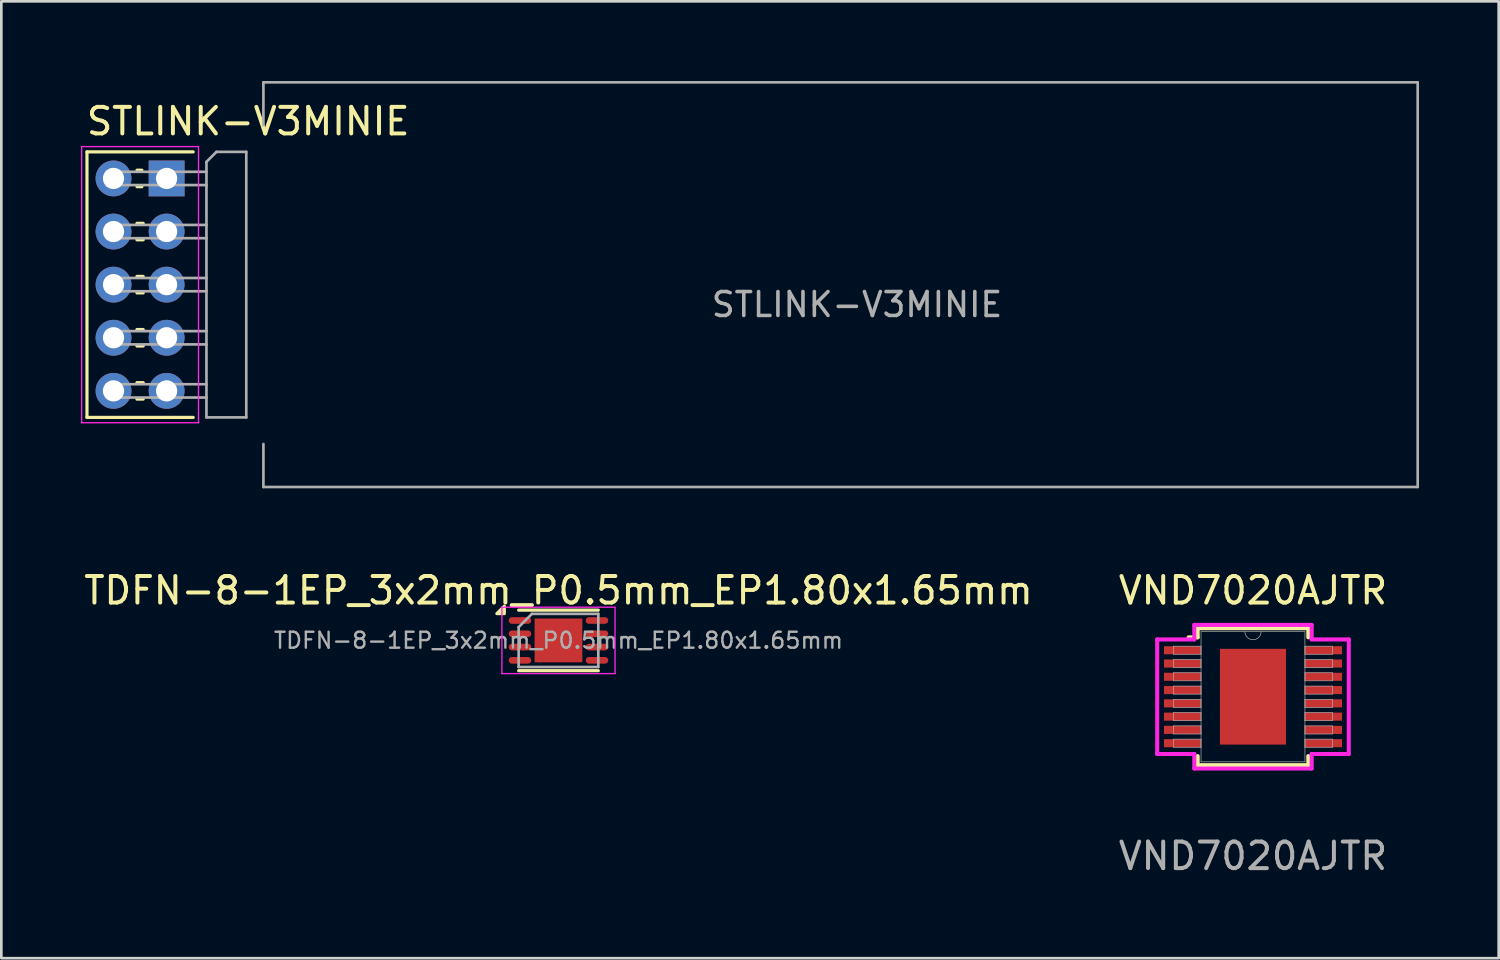
<source format=kicad_pcb>
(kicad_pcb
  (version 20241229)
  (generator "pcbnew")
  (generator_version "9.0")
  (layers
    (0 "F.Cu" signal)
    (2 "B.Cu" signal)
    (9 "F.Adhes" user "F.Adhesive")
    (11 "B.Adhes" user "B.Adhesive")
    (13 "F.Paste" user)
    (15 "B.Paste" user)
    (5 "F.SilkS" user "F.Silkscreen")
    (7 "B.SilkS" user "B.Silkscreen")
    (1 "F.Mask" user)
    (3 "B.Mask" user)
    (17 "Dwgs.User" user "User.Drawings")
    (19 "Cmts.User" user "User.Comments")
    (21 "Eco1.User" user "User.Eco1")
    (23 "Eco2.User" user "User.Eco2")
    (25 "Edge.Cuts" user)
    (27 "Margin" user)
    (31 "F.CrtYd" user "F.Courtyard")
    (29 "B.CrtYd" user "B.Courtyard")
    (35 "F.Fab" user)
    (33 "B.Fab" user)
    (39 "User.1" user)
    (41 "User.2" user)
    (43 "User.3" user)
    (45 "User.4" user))
  (footprint "TDFN-8-1EP_3x2mm_P0.5mm_EP1.80x1.65mm"
    (layer "F.Cu")
    (at 17.982 21.068)
    (property "Reference" "TDFN-8-1EP_3x2mm_P0.5mm_EP1.80x1.65mm" (at 0 -1.88 0) (layer "F.SilkS") (effects (font (size 1 1) (thickness 0.15))))
    (attr smd)
    (fp_line (start -1.5 -1.14) (end 1.5 -1.14) (stroke (width 0.12) (type solid)) (layer "F.SilkS"))
    (fp_line (start -1.5 1.14) (end 1.5 1.14) (stroke (width 0.12) (type solid)) (layer "F.SilkS"))
    (fp_poly (pts (xy -2.04 -1.01) (xy -2.32 -1.01) (xy -2.04 -1.29) (xy -2.04 -1.01)) (stroke (width 0.12) (type solid)) (fill yes) (layer "F.SilkS"))
    (fp_line (start -2.13 -1.25) (end -2.13 1.25) (stroke (width 0.05) (type solid)) (layer "F.CrtYd"))
    (fp_line (start -2.13 1.25) (end 2.13 1.25) (stroke (width 0.05) (type solid)) (layer "F.CrtYd"))
    (fp_line (start 2.13 -1.25) (end -2.13 -1.25) (stroke (width 0.05) (type solid)) (layer "F.CrtYd"))
    (fp_line (start 2.13 1.25) (end 2.13 -1.25) (stroke (width 0.05) (type solid)) (layer "F.CrtYd"))
    (fp_line (start -1.5 -0.5) (end -1.5 1) (stroke (width 0.1) (type solid)) (layer "F.Fab"))
    (fp_line (start -1.5 1) (end 1.5 1) (stroke (width 0.1) (type solid)) (layer "F.Fab"))
    (fp_line (start -1 -1) (end -1.5 -0.5) (stroke (width 0.1) (type solid)) (layer "F.Fab"))
    (fp_line (start 1.5 -1) (end -1 -1) (stroke (width 0.1) (type solid)) (layer "F.Fab"))
    (fp_line (start 1.5 1) (end 1.5 -1) (stroke (width 0.1) (type solid)) (layer "F.Fab"))
    (fp_text user "${REFERENCE}" (at 0 0 0) (layer "F.Fab") (effects (font (size 0.6 0.6) (thickness 0.09))))
    (pad "" smd rect (at 0 -0.5) (size 0.7 0.65) (layers "F.Paste"))
    (pad "" smd rect (at 0 0) (size 1.8 0.7) (layers "F.Paste"))
    (pad "" smd rect (at 0 0.5) (size 0.7 0.65) (layers "F.Paste"))
    (pad "1" smd oval (at -1.45 -0.75) (size 0.85 0.25) (layers "F.Cu" "F.Mask" "F.Paste"))
    (pad "2" smd oval (at -1.45 -0.25) (size 0.85 0.25) (layers "F.Cu" "F.Mask" "F.Paste"))
    (pad "3" smd oval (at -1.45 0.25) (size 0.85 0.25) (layers "F.Cu" "F.Mask" "F.Paste"))
    (pad "4" smd oval (at -1.45 0.75) (size 0.85 0.25) (layers "F.Cu" "F.Mask" "F.Paste"))
    (pad "5" smd oval (at 1.45 0.75) (size 0.85 0.25) (layers "F.Cu" "F.Mask" "F.Paste"))
    (pad "6" smd oval (at 1.45 0.25) (size 0.85 0.25) (layers "F.Cu" "F.Mask" "F.Paste"))
    (pad "7" smd oval (at 1.45 -0.25) (size 0.85 0.25) (layers "F.Cu" "F.Mask" "F.Paste"))
    (pad "8" smd oval (at 1.45 -0.75) (size 0.85 0.25) (layers "F.Cu" "F.Mask" "F.Paste"))
    (pad "9" smd rect (at 0 0) (size 1.8 1.65) (layers "F.Cu" "F.Mask")))
  (footprint "VND7020AJTR"
    (layer "F.Cu")
    (at 44.137 23.188)
    (property "Reference" "VND7020AJTR" (at 0 -4 0) (unlocked yes) (layer "F.SilkS") (effects (font (size 1 1) (thickness 0.15))))
    (attr smd)
    (fp_line (start -2.425 -2.236) (end -2.083 -2.236) (stroke (width 0.152) (type solid)) (layer "F.SilkS"))
    (fp_line (start -2.083 -2.578) (end -2.083 -2.236) (stroke (width 0.152) (type solid)) (layer "F.SilkS"))
    (fp_line (start -2.083 2.236) (end -2.083 2.578) (stroke (width 0.152) (type solid)) (layer "F.SilkS"))
    (fp_line (start -2.083 2.578) (end 2.083 2.578) (stroke (width 0.152) (type solid)) (layer "F.SilkS"))
    (fp_line (start 2.083 -2.578) (end -2.083 -2.578) (stroke (width 0.152) (type solid)) (layer "F.SilkS"))
    (fp_line (start 2.083 -2.236) (end 2.083 -2.578) (stroke (width 0.152) (type solid)) (layer "F.SilkS"))
    (fp_line (start 2.083 2.578) (end 2.083 2.236) (stroke (width 0.152) (type solid)) (layer "F.SilkS"))
    (fp_poly (pts (xy -1.145 -1.703) (xy -1.145 -0.1) (xy 1.145 -0.1) (xy 1.145 -1.703)) (stroke (width 0) (type solid)) (fill yes) (layer "F.Paste"))
    (fp_poly (pts (xy -1.145 0.1) (xy -1.145 1.703) (xy 1.145 1.703) (xy 1.145 0.1)) (stroke (width 0) (type solid)) (fill yes) (layer "F.Paste"))
    (fp_line (start -3.607 -2.157) (end -2.21 -2.157) (stroke (width 0.152) (type solid)) (layer "F.CrtYd"))
    (fp_line (start -3.607 2.157) (end -3.607 -2.157) (stroke (width 0.152) (type solid)) (layer "F.CrtYd"))
    (fp_line (start -3.607 2.157) (end -2.21 2.157) (stroke (width 0.152) (type solid)) (layer "F.CrtYd"))
    (fp_line (start -2.21 -2.705) (end 2.21 -2.705) (stroke (width 0.152) (type solid)) (layer "F.CrtYd"))
    (fp_line (start -2.21 -2.157) (end -2.21 -2.705) (stroke (width 0.152) (type solid)) (layer "F.CrtYd"))
    (fp_line (start -2.21 2.705) (end -2.21 2.157) (stroke (width 0.152) (type solid)) (layer "F.CrtYd"))
    (fp_line (start 2.21 -2.705) (end 2.21 -2.157) (stroke (width 0.152) (type solid)) (layer "F.CrtYd"))
    (fp_line (start 2.21 2.157) (end 2.21 2.705) (stroke (width 0.152) (type solid)) (layer "F.CrtYd"))
    (fp_line (start 2.21 2.705) (end -2.21 2.705) (stroke (width 0.152) (type solid)) (layer "F.CrtYd"))
    (fp_line (start 3.607 -2.157) (end 2.21 -2.157) (stroke (width 0.152) (type solid)) (layer "F.CrtYd"))
    (fp_line (start 3.607 -2.157) (end 3.607 2.157) (stroke (width 0.152) (type solid)) (layer "F.CrtYd"))
    (fp_line (start 3.607 2.157) (end 2.21 2.157) (stroke (width 0.152) (type solid)) (layer "F.CrtYd"))
    (fp_line (start -2.997 -1.903) (end -2.997 -1.598) (stroke (width 0.025) (type solid)) (layer "F.Fab"))
    (fp_line (start -2.997 -1.598) (end -1.956 -1.598) (stroke (width 0.025) (type solid)) (layer "F.Fab"))
    (fp_line (start -2.997 -1.403) (end -2.997 -1.098) (stroke (width 0.025) (type solid)) (layer "F.Fab"))
    (fp_line (start -2.997 -1.098) (end -1.956 -1.098) (stroke (width 0.025) (type solid)) (layer "F.Fab"))
    (fp_line (start -2.997 -0.903) (end -2.997 -0.598) (stroke (width 0.025) (type solid)) (layer "F.Fab"))
    (fp_line (start -2.997 -0.598) (end -1.956 -0.598) (stroke (width 0.025) (type solid)) (layer "F.Fab"))
    (fp_line (start -2.997 -0.402) (end -2.997 -0.098) (stroke (width 0.025) (type solid)) (layer "F.Fab"))
    (fp_line (start -2.997 -0.098) (end -1.956 -0.098) (stroke (width 0.025) (type solid)) (layer "F.Fab"))
    (fp_line (start -2.997 0.098) (end -2.997 0.402) (stroke (width 0.025) (type solid)) (layer "F.Fab"))
    (fp_line (start -2.997 0.402) (end -1.956 0.402) (stroke (width 0.025) (type solid)) (layer "F.Fab"))
    (fp_line (start -2.997 0.598) (end -2.997 0.903) (stroke (width 0.025) (type solid)) (layer "F.Fab"))
    (fp_line (start -2.997 0.903) (end -1.956 0.903) (stroke (width 0.025) (type solid)) (layer "F.Fab"))
    (fp_line (start -2.997 1.098) (end -2.997 1.403) (stroke (width 0.025) (type solid)) (layer "F.Fab"))
    (fp_line (start -2.997 1.403) (end -1.956 1.403) (stroke (width 0.025) (type solid)) (layer "F.Fab"))
    (fp_line (start -2.997 1.598) (end -2.997 1.903) (stroke (width 0.025) (type solid)) (layer "F.Fab"))
    (fp_line (start -2.997 1.903) (end -1.956 1.903) (stroke (width 0.025) (type solid)) (layer "F.Fab"))
    (fp_line (start -1.956 -2.451) (end -1.956 2.451) (stroke (width 0.025) (type solid)) (layer "F.Fab"))
    (fp_line (start -1.956 -1.903) (end -2.997 -1.903) (stroke (width 0.025) (type solid)) (layer "F.Fab"))
    (fp_line (start -1.956 -1.598) (end -1.956 -1.903) (stroke (width 0.025) (type solid)) (layer "F.Fab"))
    (fp_line (start -1.956 -1.403) (end -2.997 -1.403) (stroke (width 0.025) (type solid)) (layer "F.Fab"))
    (fp_line (start -1.956 -1.098) (end -1.956 -1.403) (stroke (width 0.025) (type solid)) (layer "F.Fab"))
    (fp_line (start -1.956 -0.903) (end -2.997 -0.903) (stroke (width 0.025) (type solid)) (layer "F.Fab"))
    (fp_line (start -1.956 -0.598) (end -1.956 -0.903) (stroke (width 0.025) (type solid)) (layer "F.Fab"))
    (fp_line (start -1.956 -0.402) (end -2.997 -0.402) (stroke (width 0.025) (type solid)) (layer "F.Fab"))
    (fp_line (start -1.956 -0.098) (end -1.956 -0.402) (stroke (width 0.025) (type solid)) (layer "F.Fab"))
    (fp_line (start -1.956 0.098) (end -2.997 0.098) (stroke (width 0.025) (type solid)) (layer "F.Fab"))
    (fp_line (start -1.956 0.402) (end -1.956 0.098) (stroke (width 0.025) (type solid)) (layer "F.Fab"))
    (fp_line (start -1.956 0.598) (end -2.997 0.598) (stroke (width 0.025) (type solid)) (layer "F.Fab"))
    (fp_line (start -1.956 0.903) (end -1.956 0.598) (stroke (width 0.025) (type solid)) (layer "F.Fab"))
    (fp_line (start -1.956 1.098) (end -2.997 1.098) (stroke (width 0.025) (type solid)) (layer "F.Fab"))
    (fp_line (start -1.956 1.403) (end -1.956 1.098) (stroke (width 0.025) (type solid)) (layer "F.Fab"))
    (fp_line (start -1.956 1.598) (end -2.997 1.598) (stroke (width 0.025) (type solid)) (layer "F.Fab"))
    (fp_line (start -1.956 1.903) (end -1.956 1.598) (stroke (width 0.025) (type solid)) (layer "F.Fab"))
    (fp_line (start -1.956 2.451) (end 1.956 2.451) (stroke (width 0.025) (type solid)) (layer "F.Fab"))
    (fp_line (start 1.956 -2.451) (end -1.956 -2.451) (stroke (width 0.025) (type solid)) (layer "F.Fab"))
    (fp_line (start 1.956 -1.903) (end 1.956 -1.598) (stroke (width 0.025) (type solid)) (layer "F.Fab"))
    (fp_line (start 1.956 -1.598) (end 2.997 -1.598) (stroke (width 0.025) (type solid)) (layer "F.Fab"))
    (fp_line (start 1.956 -1.403) (end 1.956 -1.098) (stroke (width 0.025) (type solid)) (layer "F.Fab"))
    (fp_line (start 1.956 -1.098) (end 2.997 -1.098) (stroke (width 0.025) (type solid)) (layer "F.Fab"))
    (fp_line (start 1.956 -0.903) (end 1.956 -0.598) (stroke (width 0.025) (type solid)) (layer "F.Fab"))
    (fp_line (start 1.956 -0.598) (end 2.997 -0.598) (stroke (width 0.025) (type solid)) (layer "F.Fab"))
    (fp_line (start 1.956 -0.402) (end 1.956 -0.098) (stroke (width 0.025) (type solid)) (layer "F.Fab"))
    (fp_line (start 1.956 -0.098) (end 2.997 -0.098) (stroke (width 0.025) (type solid)) (layer "F.Fab"))
    (fp_line (start 1.956 0.098) (end 1.956 0.402) (stroke (width 0.025) (type solid)) (layer "F.Fab"))
    (fp_line (start 1.956 0.402) (end 2.997 0.402) (stroke (width 0.025) (type solid)) (layer "F.Fab"))
    (fp_line (start 1.956 0.598) (end 1.956 0.903) (stroke (width 0.025) (type solid)) (layer "F.Fab"))
    (fp_line (start 1.956 0.903) (end 2.997 0.903) (stroke (width 0.025) (type solid)) (layer "F.Fab"))
    (fp_line (start 1.956 1.098) (end 1.956 1.403) (stroke (width 0.025) (type solid)) (layer "F.Fab"))
    (fp_line (start 1.956 1.403) (end 2.997 1.403) (stroke (width 0.025) (type solid)) (layer "F.Fab"))
    (fp_line (start 1.956 1.598) (end 1.956 1.903) (stroke (width 0.025) (type solid)) (layer "F.Fab"))
    (fp_line (start 1.956 1.903) (end 2.997 1.903) (stroke (width 0.025) (type solid)) (layer "F.Fab"))
    (fp_line (start 1.956 2.451) (end 1.956 -2.451) (stroke (width 0.025) (type solid)) (layer "F.Fab"))
    (fp_line (start 2.997 -1.903) (end 1.956 -1.903) (stroke (width 0.025) (type solid)) (layer "F.Fab"))
    (fp_line (start 2.997 -1.598) (end 2.997 -1.903) (stroke (width 0.025) (type solid)) (layer "F.Fab"))
    (fp_line (start 2.997 -1.403) (end 1.956 -1.403) (stroke (width 0.025) (type solid)) (layer "F.Fab"))
    (fp_line (start 2.997 -1.098) (end 2.997 -1.403) (stroke (width 0.025) (type solid)) (layer "F.Fab"))
    (fp_line (start 2.997 -0.903) (end 1.956 -0.903) (stroke (width 0.025) (type solid)) (layer "F.Fab"))
    (fp_line (start 2.997 -0.598) (end 2.997 -0.903) (stroke (width 0.025) (type solid)) (layer "F.Fab"))
    (fp_line (start 2.997 -0.402) (end 1.956 -0.402) (stroke (width 0.025) (type solid)) (layer "F.Fab"))
    (fp_line (start 2.997 -0.098) (end 2.997 -0.402) (stroke (width 0.025) (type solid)) (layer "F.Fab"))
    (fp_line (start 2.997 0.098) (end 1.956 0.098) (stroke (width 0.025) (type solid)) (layer "F.Fab"))
    (fp_line (start 2.997 0.402) (end 2.997 0.098) (stroke (width 0.025) (type solid)) (layer "F.Fab"))
    (fp_line (start 2.997 0.598) (end 1.956 0.598) (stroke (width 0.025) (type solid)) (layer "F.Fab"))
    (fp_line (start 2.997 0.903) (end 2.997 0.598) (stroke (width 0.025) (type solid)) (layer "F.Fab"))
    (fp_line (start 2.997 1.098) (end 1.956 1.098) (stroke (width 0.025) (type solid)) (layer "F.Fab"))
    (fp_line (start 2.997 1.403) (end 2.997 1.098) (stroke (width 0.025) (type solid)) (layer "F.Fab"))
    (fp_line (start 2.997 1.598) (end 1.956 1.598) (stroke (width 0.025) (type solid)) (layer "F.Fab"))
    (fp_line (start 2.997 1.903) (end 2.997 1.598) (stroke (width 0.025) (type solid)) (layer "F.Fab"))
    (fp_arc (start 0.3048 -2.4511) (mid 0 -2.1463) (end -0.3048 -2.4511) (stroke (width 0.0254) (type solid)) (layer "F.Fab"))
    (fp_text user "${REFERENCE}" (at 0 6 0) (unlocked yes) (layer "F.Fab") (effects (font (size 1 1) (thickness 0.15))))
    (pad "1" smd rect (at -2.654 -1.75) (size 1.397 0.305) (layers "F.Cu" "F.Mask" "F.Paste"))
    (pad "2" smd rect (at -2.654 -1.25) (size 1.397 0.305) (layers "F.Cu" "F.Mask" "F.Paste"))
    (pad "3" smd rect (at -2.654 -0.75) (size 1.397 0.305) (layers "F.Cu" "F.Mask" "F.Paste"))
    (pad "4" smd rect (at -2.654 -0.25) (size 1.397 0.305) (layers "F.Cu" "F.Mask" "F.Paste"))
    (pad "5" smd rect (at -2.654 0.25) (size 1.397 0.305) (layers "F.Cu" "F.Mask" "F.Paste"))
    (pad "6" smd rect (at -2.654 0.75) (size 1.397 0.305) (layers "F.Cu" "F.Mask" "F.Paste"))
    (pad "7" smd rect (at -2.654 1.25) (size 1.397 0.305) (layers "F.Cu" "F.Mask" "F.Paste"))
    (pad "8" smd rect (at -2.654 1.75) (size 1.397 0.305) (layers "F.Cu" "F.Mask" "F.Paste"))
    (pad "9" smd rect (at 2.654 1.75) (size 1.397 0.305) (layers "F.Cu" "F.Mask" "F.Paste"))
    (pad "10" smd rect (at 2.654 1.25) (size 1.397 0.305) (layers "F.Cu" "F.Mask" "F.Paste"))
    (pad "11" smd rect (at 2.654 0.75) (size 1.397 0.305) (layers "F.Cu" "F.Mask" "F.Paste"))
    (pad "12" smd rect (at 2.654 0.25) (size 1.397 0.305) (layers "F.Cu" "F.Mask" "F.Paste"))
    (pad "13" smd rect (at 2.654 -0.25) (size 1.397 0.305) (layers "F.Cu" "F.Mask" "F.Paste"))
    (pad "14" smd rect (at 2.654 -0.75) (size 1.397 0.305) (layers "F.Cu" "F.Mask" "F.Paste"))
    (pad "15" smd rect (at 2.654 -1.25) (size 1.397 0.305) (layers "F.Cu" "F.Mask" "F.Paste"))
    (pad "16" smd rect (at 2.654 -1.75) (size 1.397 0.305) (layers "F.Cu" "F.Mask" "F.Paste"))
    (pad "EPAD" smd rect (at 0 0) (size 2.489 3.607) (layers "F.Cu" "F.Mask")))
  (footprint "STLINK-V3MINIE"
    (layer "F.Cu")
    (at 1.225 3.67)
    (property "Reference" "STLINK-V3MINIE" (at -1.1 -2.15 0) (layer "F.SilkS") (effects (font (size 1 1) (thickness 0.15)) (justify left)))
    (attr through_hole)
    (fp_line (start -1 -1) (end 3 -1) (stroke (width 0.12) (type solid)) (layer "F.SilkS"))
    (fp_line (start -1 9) (end -1 -1) (stroke (width 0.12) (type solid)) (layer "F.SilkS"))
    (fp_line (start -1 9) (end 3 9) (stroke (width 0.12) (type solid)) (layer "F.SilkS"))
    (fp_line (start 0.882 1.69) (end 1.118 1.69) (stroke (width 0.12) (type solid)) (layer "F.SilkS"))
    (fp_line (start 0.882 2.31) (end 1.118 2.31) (stroke (width 0.12) (type solid)) (layer "F.SilkS"))
    (fp_line (start 0.882 3.69) (end 1.118 3.69) (stroke (width 0.12) (type solid)) (layer "F.SilkS"))
    (fp_line (start 0.882 4.31) (end 1.118 4.31) (stroke (width 0.12) (type solid)) (layer "F.SilkS"))
    (fp_line (start 0.882 5.69) (end 1.118 5.69) (stroke (width 0.12) (type solid)) (layer "F.SilkS"))
    (fp_line (start 0.882 6.31) (end 1.118 6.31) (stroke (width 0.12) (type solid)) (layer "F.SilkS"))
    (fp_line (start 0.882 7.69) (end 1.118 7.69) (stroke (width 0.12) (type solid)) (layer "F.SilkS"))
    (fp_line (start 0.882 8.31) (end 1.118 8.31) (stroke (width 0.12) (type solid)) (layer "F.SilkS"))
    (fp_line (start 0.885 -0.31) (end 1.068 -0.31) (stroke (width 0.12) (type solid)) (layer "F.SilkS"))
    (fp_line (start 0.885 0.31) (end 1.068 0.31) (stroke (width 0.12) (type solid)) (layer "F.SilkS"))
    (fp_line (start -1.2 -1.2) (end -1.2 9.2) (stroke (width 0.05) (type solid)) (layer "F.CrtYd"))
    (fp_line (start -1.2 9.2) (end 3.2 9.2) (stroke (width 0.05) (type solid)) (layer "F.CrtYd"))
    (fp_line (start 3.2 -1.2) (end -1.2 -1.2) (stroke (width 0.05) (type solid)) (layer "F.CrtYd"))
    (fp_line (start 3.2 -1.2) (end 3.2 9.2) (stroke (width 0.05) (type solid)) (layer "F.CrtYd"))
    (fp_line (start -0.25 -0.25) (end -0.25 0.25) (stroke (width 0.1) (type solid)) (layer "F.Fab"))
    (fp_line (start -0.25 -0.25) (end 3.5 -0.25) (stroke (width 0.1) (type solid)) (layer "F.Fab"))
    (fp_line (start -0.25 0.25) (end 3.5 0.25) (stroke (width 0.1) (type solid)) (layer "F.Fab"))
    (fp_line (start -0.25 1.75) (end -0.25 2.25) (stroke (width 0.1) (type solid)) (layer "F.Fab"))
    (fp_line (start -0.25 1.75) (end 3.5 1.75) (stroke (width 0.1) (type solid)) (layer "F.Fab"))
    (fp_line (start -0.25 2.25) (end 3.5 2.25) (stroke (width 0.1) (type solid)) (layer "F.Fab"))
    (fp_line (start -0.25 3.75) (end -0.25 4.25) (stroke (width 0.1) (type solid)) (layer "F.Fab"))
    (fp_line (start -0.25 3.75) (end 3.5 3.75) (stroke (width 0.1) (type solid)) (layer "F.Fab"))
    (fp_line (start -0.25 4.25) (end 3.5 4.25) (stroke (width 0.1) (type solid)) (layer "F.Fab"))
    (fp_line (start -0.25 5.75) (end -0.25 6.25) (stroke (width 0.1) (type solid)) (layer "F.Fab"))
    (fp_line (start -0.25 5.75) (end 3.5 5.75) (stroke (width 0.1) (type solid)) (layer "F.Fab"))
    (fp_line (start -0.25 6.25) (end 3.5 6.25) (stroke (width 0.1) (type solid)) (layer "F.Fab"))
    (fp_line (start -0.25 7.75) (end -0.25 8.25) (stroke (width 0.1) (type solid)) (layer "F.Fab"))
    (fp_line (start -0.25 7.75) (end 3.5 7.75) (stroke (width 0.1) (type solid)) (layer "F.Fab"))
    (fp_line (start -0.25 8.25) (end 3.5 8.25) (stroke (width 0.1) (type solid)) (layer "F.Fab"))
    (fp_line (start 3.5 -0.625) (end 3.875 -1) (stroke (width 0.1) (type solid)) (layer "F.Fab"))
    (fp_line (start 3.5 9) (end 3.5 -0.625) (stroke (width 0.1) (type solid)) (layer "F.Fab"))
    (fp_line (start 3.875 -1) (end 5 -1) (stroke (width 0.1) (type solid)) (layer "F.Fab"))
    (fp_line (start 5 -1) (end 5 9) (stroke (width 0.1) (type solid)) (layer "F.Fab"))
    (fp_line (start 5 9) (end 3.5 9) (stroke (width 0.1) (type solid)) (layer "F.Fab"))
    (fp_line (start 5.645 -2) (end 5.645 -3.62) (stroke (width 0.1) (type solid)) (layer "F.Fab"))
    (fp_line (start 5.645 11.62) (end 5.645 10) (stroke (width 0.1) (type solid)) (layer "F.Fab"))
    (fp_line (start 5.645 11.62) (end 49.115 11.62) (stroke (width 0.1) (type solid)) (layer "F.Fab"))
    (fp_line (start 49.115 -3.62) (end 5.645 -3.62) (stroke (width 0.1) (type solid)) (layer "F.Fab"))
    (fp_line (start 49.115 11.62) (end 49.115 -3.62) (stroke (width 0.1) (type solid)) (layer "F.Fab"))
    (fp_text user "${REFERENCE}" (at 28 4.75 180) (layer "F.Fab") (effects (font (size 0.9 0.9) (thickness 0.135))))
    (pad "1" thru_hole rect (at 2 0) (size 1.35 1.35) (drill 0.8) (layers "*.Cu" "*.Mask"))
    (pad "2" thru_hole oval (at 2 2) (size 1.35 1.35) (drill 0.8) (layers "*.Cu" "*.Mask"))
    (pad "3" thru_hole oval (at 2 4) (size 1.35 1.35) (drill 0.8) (layers "*.Cu" "*.Mask"))
    (pad "4" thru_hole oval (at 2 6) (size 1.35 1.35) (drill 0.8) (layers "*.Cu" "*.Mask"))
    (pad "5" thru_hole oval (at 2 8) (size 1.35 1.35) (drill 0.8) (layers "*.Cu" "*.Mask"))
    (pad "6" thru_hole oval (at 0 0) (size 1.35 1.35) (drill 0.8) (layers "*.Cu" "*.Mask"))
    (pad "7" thru_hole oval (at 0 2) (size 1.35 1.35) (drill 0.8) (layers "*.Cu" "*.Mask"))
    (pad "8" thru_hole oval (at 0 4) (size 1.35 1.35) (drill 0.8) (layers "*.Cu" "*.Mask"))
    (pad "9" thru_hole oval (at 0 6) (size 1.35 1.35) (drill 0.8) (layers "*.Cu" "*.Mask"))
    (pad "10" thru_hole oval (at 0 8) (size 1.35 1.35) (drill 0.8) (layers "*.Cu" "*.Mask")))
  (gr_rect
    (start -3 -3)
    (end 53.39 33.036)
    (stroke (width 0.1) (type default))
    (fill no)
    (layer "Edge.Cuts")))
</source>
